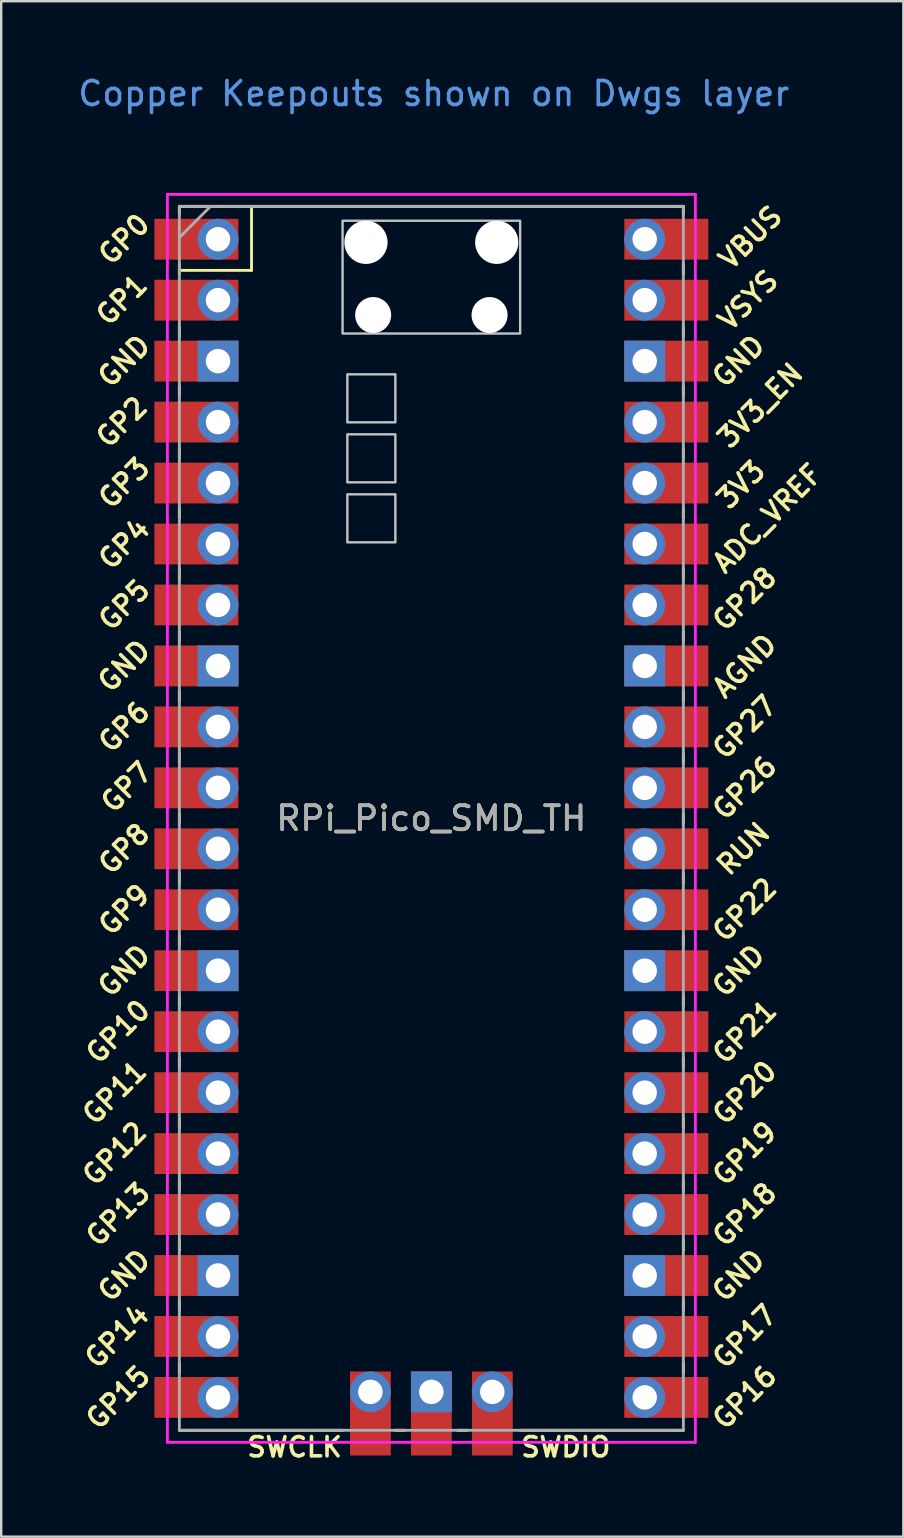
<source format=kicad_pcb>
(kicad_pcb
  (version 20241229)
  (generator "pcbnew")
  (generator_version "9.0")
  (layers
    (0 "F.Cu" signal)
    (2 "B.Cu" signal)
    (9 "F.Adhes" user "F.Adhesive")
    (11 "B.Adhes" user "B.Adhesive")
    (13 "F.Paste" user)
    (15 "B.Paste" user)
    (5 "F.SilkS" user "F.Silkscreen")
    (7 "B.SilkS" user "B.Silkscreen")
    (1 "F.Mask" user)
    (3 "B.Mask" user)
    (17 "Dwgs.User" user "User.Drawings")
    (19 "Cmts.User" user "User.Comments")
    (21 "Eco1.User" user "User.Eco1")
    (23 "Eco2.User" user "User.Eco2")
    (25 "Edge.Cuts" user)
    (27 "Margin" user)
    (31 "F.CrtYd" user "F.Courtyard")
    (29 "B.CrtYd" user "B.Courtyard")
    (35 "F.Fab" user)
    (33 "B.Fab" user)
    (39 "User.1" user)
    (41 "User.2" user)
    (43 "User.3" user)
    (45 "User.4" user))
  (footprint "RPi_Pico_SMD_TH"
    (layer "F.Cu")
    (at 14.924 31.048)
    (property "Reference" "RPi_Pico_SMD_TH" (at 0 0 180) (layer "F.SilkS") (effects (font (size 1 1) (thickness 0.15))))
    (attr through_hole)
    (fp_line (start -10.5 -25.5) (end -10.5 -25.2) (stroke (width 0.12) (type solid)) (layer "F.SilkS"))
    (fp_line (start -10.5 -25.5) (end 10.5 -25.5) (stroke (width 0.12) (type solid)) (layer "F.SilkS"))
    (fp_line (start -10.5 -23.1) (end -10.5 -22.7) (stroke (width 0.12) (type solid)) (layer "F.SilkS"))
    (fp_line (start -10.5 -22.833) (end -7.493 -22.833) (stroke (width 0.12) (type solid)) (layer "F.SilkS"))
    (fp_line (start -10.5 -20.5) (end -10.5 -20.1) (stroke (width 0.12) (type solid)) (layer "F.SilkS"))
    (fp_line (start -10.5 -18) (end -10.5 -17.6) (stroke (width 0.12) (type solid)) (layer "F.SilkS"))
    (fp_line (start -10.5 -15.4) (end -10.5 -15) (stroke (width 0.12) (type solid)) (layer "F.SilkS"))
    (fp_line (start -10.5 -12.9) (end -10.5 -12.5) (stroke (width 0.12) (type solid)) (layer "F.SilkS"))
    (fp_line (start -10.5 -10.4) (end -10.5 -10) (stroke (width 0.12) (type solid)) (layer "F.SilkS"))
    (fp_line (start -10.5 -7.8) (end -10.5 -7.4) (stroke (width 0.12) (type solid)) (layer "F.SilkS"))
    (fp_line (start -10.5 -5.3) (end -10.5 -4.9) (stroke (width 0.12) (type solid)) (layer "F.SilkS"))
    (fp_line (start -10.5 -2.7) (end -10.5 -2.3) (stroke (width 0.12) (type solid)) (layer "F.SilkS"))
    (fp_line (start -10.5 -0.2) (end -10.5 0.2) (stroke (width 0.12) (type solid)) (layer "F.SilkS"))
    (fp_line (start -10.5 2.3) (end -10.5 2.7) (stroke (width 0.12) (type solid)) (layer "F.SilkS"))
    (fp_line (start -10.5 4.9) (end -10.5 5.3) (stroke (width 0.12) (type solid)) (layer "F.SilkS"))
    (fp_line (start -10.5 7.4) (end -10.5 7.8) (stroke (width 0.12) (type solid)) (layer "F.SilkS"))
    (fp_line (start -10.5 10) (end -10.5 10.4) (stroke (width 0.12) (type solid)) (layer "F.SilkS"))
    (fp_line (start -10.5 12.5) (end -10.5 12.9) (stroke (width 0.12) (type solid)) (layer "F.SilkS"))
    (fp_line (start -10.5 15.1) (end -10.5 15.5) (stroke (width 0.12) (type solid)) (layer "F.SilkS"))
    (fp_line (start -10.5 17.6) (end -10.5 18) (stroke (width 0.12) (type solid)) (layer "F.SilkS"))
    (fp_line (start -10.5 20.1) (end -10.5 20.5) (stroke (width 0.12) (type solid)) (layer "F.SilkS"))
    (fp_line (start -10.5 22.7) (end -10.5 23.1) (stroke (width 0.12) (type solid)) (layer "F.SilkS"))
    (fp_line (start -7.493 -22.833) (end -7.493 -25.5) (stroke (width 0.12) (type solid)) (layer "F.SilkS"))
    (fp_line (start -3.7 25.5) (end -10.5 25.5) (stroke (width 0.12) (type solid)) (layer "F.SilkS"))
    (fp_line (start -1.5 25.5) (end -1.1 25.5) (stroke (width 0.12) (type solid)) (layer "F.SilkS"))
    (fp_line (start 1.1 25.5) (end 1.5 25.5) (stroke (width 0.12) (type solid)) (layer "F.SilkS"))
    (fp_line (start 10.5 -25.5) (end 10.5 -25.2) (stroke (width 0.12) (type solid)) (layer "F.SilkS"))
    (fp_line (start 10.5 -23.1) (end 10.5 -22.7) (stroke (width 0.12) (type solid)) (layer "F.SilkS"))
    (fp_line (start 10.5 -20.5) (end 10.5 -20.1) (stroke (width 0.12) (type solid)) (layer "F.SilkS"))
    (fp_line (start 10.5 -18) (end 10.5 -17.6) (stroke (width 0.12) (type solid)) (layer "F.SilkS"))
    (fp_line (start 10.5 -15.4) (end 10.5 -15) (stroke (width 0.12) (type solid)) (layer "F.SilkS"))
    (fp_line (start 10.5 -12.9) (end 10.5 -12.5) (stroke (width 0.12) (type solid)) (layer "F.SilkS"))
    (fp_line (start 10.5 -10.4) (end 10.5 -10) (stroke (width 0.12) (type solid)) (layer "F.SilkS"))
    (fp_line (start 10.5 -7.8) (end 10.5 -7.4) (stroke (width 0.12) (type solid)) (layer "F.SilkS"))
    (fp_line (start 10.5 -5.3) (end 10.5 -4.9) (stroke (width 0.12) (type solid)) (layer "F.SilkS"))
    (fp_line (start 10.5 -2.7) (end 10.5 -2.3) (stroke (width 0.12) (type solid)) (layer "F.SilkS"))
    (fp_line (start 10.5 -0.2) (end 10.5 0.2) (stroke (width 0.12) (type solid)) (layer "F.SilkS"))
    (fp_line (start 10.5 2.3) (end 10.5 2.7) (stroke (width 0.12) (type solid)) (layer "F.SilkS"))
    (fp_line (start 10.5 4.9) (end 10.5 5.3) (stroke (width 0.12) (type solid)) (layer "F.SilkS"))
    (fp_line (start 10.5 7.4) (end 10.5 7.8) (stroke (width 0.12) (type solid)) (layer "F.SilkS"))
    (fp_line (start 10.5 10) (end 10.5 10.4) (stroke (width 0.12) (type solid)) (layer "F.SilkS"))
    (fp_line (start 10.5 12.5) (end 10.5 12.9) (stroke (width 0.12) (type solid)) (layer "F.SilkS"))
    (fp_line (start 10.5 15.1) (end 10.5 15.5) (stroke (width 0.12) (type solid)) (layer "F.SilkS"))
    (fp_line (start 10.5 17.6) (end 10.5 18) (stroke (width 0.12) (type solid)) (layer "F.SilkS"))
    (fp_line (start 10.5 20.1) (end 10.5 20.5) (stroke (width 0.12) (type solid)) (layer "F.SilkS"))
    (fp_line (start 10.5 22.7) (end 10.5 23.1) (stroke (width 0.12) (type solid)) (layer "F.SilkS"))
    (fp_line (start 10.5 25.5) (end 3.7 25.5) (stroke (width 0.12) (type solid)) (layer "F.SilkS"))
    (fp_poly (pts (xy -1.5 -16.5) (xy -3.5 -16.5) (xy -3.5 -18.5) (xy -1.5 -18.5)) (stroke (width 0.1) (type solid)) (fill no) (layer "Dwgs.User"))
    (fp_poly (pts (xy -1.5 -14) (xy -3.5 -14) (xy -3.5 -16) (xy -1.5 -16)) (stroke (width 0.1) (type solid)) (fill no) (layer "Dwgs.User"))
    (fp_poly (pts (xy -1.5 -11.5) (xy -3.5 -11.5) (xy -3.5 -13.5) (xy -1.5 -13.5)) (stroke (width 0.1) (type solid)) (fill no) (layer "Dwgs.User"))
    (fp_poly (pts (xy 3.7 -20.2) (xy -3.7 -20.2) (xy -3.7 -24.9) (xy 3.7 -24.9)) (stroke (width 0.1) (type solid)) (fill no) (layer "Dwgs.User"))
    (fp_line (start -11 -26) (end 11 -26) (stroke (width 0.12) (type solid)) (layer "F.CrtYd"))
    (fp_line (start -11 26) (end -11 -26) (stroke (width 0.12) (type solid)) (layer "F.CrtYd"))
    (fp_line (start 11 -26) (end 11 26) (stroke (width 0.12) (type solid)) (layer "F.CrtYd"))
    (fp_line (start 11 26) (end -11 26) (stroke (width 0.12) (type solid)) (layer "F.CrtYd"))
    (fp_line (start -10.5 -25.5) (end 10.5 -25.5) (stroke (width 0.12) (type solid)) (layer "F.Fab"))
    (fp_line (start -10.5 -24.2) (end -9.2 -25.5) (stroke (width 0.12) (type solid)) (layer "F.Fab"))
    (fp_line (start -10.5 25.5) (end -10.5 -25.5) (stroke (width 0.12) (type solid)) (layer "F.Fab"))
    (fp_line (start 10.5 -25.5) (end 10.5 25.5) (stroke (width 0.12) (type solid)) (layer "F.Fab"))
    (fp_line (start 10.5 25.5) (end -10.5 25.5) (stroke (width 0.12) (type solid)) (layer "F.Fab"))
    (fp_text user "GND" (at -12.8 -19.05 225) (layer "F.SilkS") (effects (font (size 0.8 0.8) (thickness 0.15))))
    (fp_text user "GND" (at 12.8 19.05 225) (layer "F.SilkS") (effects (font (size 0.8 0.8) (thickness 0.15))))
    (fp_text user "GP16" (at 13.054 24.13 225) (layer "F.SilkS") (effects (font (size 0.8 0.8) (thickness 0.15))))
    (fp_text user "GP1" (at -12.9 -21.6 225) (layer "F.SilkS") (effects (font (size 0.8 0.8) (thickness 0.15))))
    (fp_text user "3V3" (at 12.9 -13.9 225) (layer "F.SilkS") (effects (font (size 0.8 0.8) (thickness 0.15))))
    (fp_text user "GP22" (at 13.054 3.81 225) (layer "F.SilkS") (effects (font (size 0.8 0.8) (thickness 0.15))))
    (fp_text user "3V3_EN" (at 13.7 -17.2 225) (layer "F.SilkS") (effects (font (size 0.8 0.8) (thickness 0.15))))
    (fp_text user "GP3" (at -12.8 -13.97 225) (layer "F.SilkS") (effects (font (size 0.8 0.8) (thickness 0.15))))
    (fp_text user "GP20" (at 13.054 11.43 225) (layer "F.SilkS") (effects (font (size 0.8 0.8) (thickness 0.15))))
    (fp_text user "GP14" (at -13.1 21.59 225) (layer "F.SilkS") (effects (font (size 0.8 0.8) (thickness 0.15))))
    (fp_text user "GP28" (at 13.054 -9.144 225) (layer "F.SilkS") (effects (font (size 0.8 0.8) (thickness 0.15))))
    (fp_text user "GP17" (at 13.054 21.59 225) (layer "F.SilkS") (effects (font (size 0.8 0.8) (thickness 0.15))))
    (fp_text user "GP0" (at -12.8 -24.13 225) (layer "F.SilkS") (effects (font (size 0.8 0.8) (thickness 0.15))))
    (fp_text user "GP2" (at -12.9 -16.51 225) (layer "F.SilkS") (effects (font (size 0.8 0.8) (thickness 0.15))))
    (fp_text user "GP21" (at 13.054 8.9 225) (layer "F.SilkS") (effects (font (size 0.8 0.8) (thickness 0.15))))
    (fp_text user "GP6" (at -12.8 -3.81 225) (layer "F.SilkS") (effects (font (size 0.8 0.8) (thickness 0.15))))
    (fp_text user "SWDIO" (at 5.6 26.2 180) (layer "F.SilkS") (effects (font (size 0.8 0.8) (thickness 0.15))))
    (fp_text user "RUN" (at 13 1.27 225) (layer "F.SilkS") (effects (font (size 0.8 0.8) (thickness 0.15))))
    (fp_text user "GP5" (at -12.8 -8.89 225) (layer "F.SilkS") (effects (font (size 0.8 0.8) (thickness 0.15))))
    (fp_text user "ADC_VREF" (at 14 -12.5 225) (layer "F.SilkS") (effects (font (size 0.8 0.8) (thickness 0.15))))
    (fp_text user "VBUS" (at 13.3 -24.2 225) (layer "F.SilkS") (effects (font (size 0.8 0.8) (thickness 0.15))))
    (fp_text user "GP18" (at 13.054 16.51 225) (layer "F.SilkS") (effects (font (size 0.8 0.8) (thickness 0.15))))
    (fp_text user "GP26" (at 13.054 -1.27 225) (layer "F.SilkS") (effects (font (size 0.8 0.8) (thickness 0.15))))
    (fp_text user "GP4" (at -12.8 -11.43 225) (layer "F.SilkS") (effects (font (size 0.8 0.8) (thickness 0.15))))
    (fp_text user "GP10" (at -13.054 8.89 225) (layer "F.SilkS") (effects (font (size 0.8 0.8) (thickness 0.15))))
    (fp_text user "GP13" (at -13.054 16.51 225) (layer "F.SilkS") (effects (font (size 0.8 0.8) (thickness 0.15))))
    (fp_text user "GP11" (at -13.2 11.43 225) (layer "F.SilkS") (effects (font (size 0.8 0.8) (thickness 0.15))))
    (fp_text user "GND" (at 12.8 -19.05 225) (layer "F.SilkS") (effects (font (size 0.8 0.8) (thickness 0.15))))
    (fp_text user "GP27" (at 13.054 -3.8 225) (layer "F.SilkS") (effects (font (size 0.8 0.8) (thickness 0.15))))
    (fp_text user "GND" (at -12.8 6.35 225) (layer "F.SilkS") (effects (font (size 0.8 0.8) (thickness 0.15))))
    (fp_text user "GND" (at 12.8 6.35 225) (layer "F.SilkS") (effects (font (size 0.8 0.8) (thickness 0.15))))
    (fp_text user "GND" (at -12.8 -6.35 225) (layer "F.SilkS") (effects (font (size 0.8 0.8) (thickness 0.15))))
    (fp_text user "VSYS" (at 13.2 -21.59 225) (layer "F.SilkS") (effects (font (size 0.8 0.8) (thickness 0.15))))
    (fp_text user "GND" (at -12.8 19.05 225) (layer "F.SilkS") (effects (font (size 0.8 0.8) (thickness 0.15))))
    (fp_text user "GP19" (at 13.054 13.97 225) (layer "F.SilkS") (effects (font (size 0.8 0.8) (thickness 0.15))))
    (fp_text user "GP7" (at -12.7 -1.3 225) (layer "F.SilkS") (effects (font (size 0.8 0.8) (thickness 0.15))))
    (fp_text user "SWCLK" (at -5.7 26.2 180) (layer "F.SilkS") (effects (font (size 0.8 0.8) (thickness 0.15))))
    (fp_text user "GP12" (at -13.2 13.97 225) (layer "F.SilkS") (effects (font (size 0.8 0.8) (thickness 0.15))))
    (fp_text user "AGND" (at 13.054 -6.35 225) (layer "F.SilkS") (effects (font (size 0.8 0.8) (thickness 0.15))))
    (fp_text user "GP9" (at -12.8 3.81 225) (layer "F.SilkS") (effects (font (size 0.8 0.8) (thickness 0.15))))
    (fp_text user "GP15" (at -13.054 24.13 225) (layer "F.SilkS") (effects (font (size 0.8 0.8) (thickness 0.15))))
    (fp_text user "GP8" (at -12.8 1.27 225) (layer "F.SilkS") (effects (font (size 0.8 0.8) (thickness 0.15))))
    (fp_text user "Copper Keepouts shown on Dwgs layer" (at 0.1 -30.2 180) (layer "Cmts.User") (effects (font (size 1 1) (thickness 0.15))))
    (fp_text user "${REFERENCE}" (at 0 0 180) (layer "F.Fab") (effects (font (size 1 1) (thickness 0.15))))
    (pad "" np_thru_hole oval (at -2.725 -24) (size 1.8 1.8) (drill 1.8) (layers "*.Cu" "*.Mask"))
    (pad "" np_thru_hole oval (at -2.425 -20.97) (size 1.5 1.5) (drill 1.5) (layers "*.Cu" "*.Mask"))
    (pad "" np_thru_hole oval (at 2.425 -20.97) (size 1.5 1.5) (drill 1.5) (layers "*.Cu" "*.Mask"))
    (pad "" np_thru_hole oval (at 2.725 -24) (size 1.8 1.8) (drill 1.8) (layers "*.Cu" "*.Mask"))
    (pad "1" thru_hole oval (at -8.89 -24.13) (size 1.7 1.7) (drill 1.02) (layers "*.Cu" "*.Mask"))
    (pad "1" smd rect (at -8.89 -24.13) (size 3.5 1.7) (drill (offset -0.9 0)) (layers "F.Cu" "F.Mask"))
    (pad "2" thru_hole oval (at -8.89 -21.59) (size 1.7 1.7) (drill 1.02) (layers "*.Cu" "*.Mask"))
    (pad "2" smd rect (at -8.89 -21.59) (size 3.5 1.7) (drill (offset -0.9 0)) (layers "F.Cu" "F.Mask"))
    (pad "3" thru_hole rect (at -8.89 -19.05) (size 1.7 1.7) (drill 1.02) (layers "*.Cu" "*.Mask"))
    (pad "3" smd rect (at -8.89 -19.05) (size 3.5 1.7) (drill (offset -0.9 0)) (layers "F.Cu" "F.Mask"))
    (pad "4" thru_hole oval (at -8.89 -16.51) (size 1.7 1.7) (drill 1.02) (layers "*.Cu" "*.Mask"))
    (pad "4" smd rect (at -8.89 -16.51) (size 3.5 1.7) (drill (offset -0.9 0)) (layers "F.Cu" "F.Mask"))
    (pad "5" thru_hole oval (at -8.89 -13.97) (size 1.7 1.7) (drill 1.02) (layers "*.Cu" "*.Mask"))
    (pad "5" smd rect (at -8.89 -13.97) (size 3.5 1.7) (drill (offset -0.9 0)) (layers "F.Cu" "F.Mask"))
    (pad "6" thru_hole oval (at -8.89 -11.43) (size 1.7 1.7) (drill 1.02) (layers "*.Cu" "*.Mask"))
    (pad "6" smd rect (at -8.89 -11.43) (size 3.5 1.7) (drill (offset -0.9 0)) (layers "F.Cu" "F.Mask"))
    (pad "7" thru_hole oval (at -8.89 -8.89) (size 1.7 1.7) (drill 1.02) (layers "*.Cu" "*.Mask"))
    (pad "7" smd rect (at -8.89 -8.89) (size 3.5 1.7) (drill (offset -0.9 0)) (layers "F.Cu" "F.Mask"))
    (pad "8" thru_hole rect (at -8.89 -6.35) (size 1.7 1.7) (drill 1.02) (layers "*.Cu" "*.Mask"))
    (pad "8" smd rect (at -8.89 -6.35) (size 3.5 1.7) (drill (offset -0.9 0)) (layers "F.Cu" "F.Mask"))
    (pad "9" thru_hole oval (at -8.89 -3.81) (size 1.7 1.7) (drill 1.02) (layers "*.Cu" "*.Mask"))
    (pad "9" smd rect (at -8.89 -3.81) (size 3.5 1.7) (drill (offset -0.9 0)) (layers "F.Cu" "F.Mask"))
    (pad "10" thru_hole oval (at -8.89 -1.27) (size 1.7 1.7) (drill 1.02) (layers "*.Cu" "*.Mask"))
    (pad "10" smd rect (at -8.89 -1.27) (size 3.5 1.7) (drill (offset -0.9 0)) (layers "F.Cu" "F.Mask"))
    (pad "11" thru_hole oval (at -8.89 1.27) (size 1.7 1.7) (drill 1.02) (layers "*.Cu" "*.Mask"))
    (pad "11" smd rect (at -8.89 1.27) (size 3.5 1.7) (drill (offset -0.9 0)) (layers "F.Cu" "F.Mask"))
    (pad "12" thru_hole oval (at -8.89 3.81) (size 1.7 1.7) (drill 1.02) (layers "*.Cu" "*.Mask"))
    (pad "12" smd rect (at -8.89 3.81) (size 3.5 1.7) (drill (offset -0.9 0)) (layers "F.Cu" "F.Mask"))
    (pad "13" thru_hole rect (at -8.89 6.35) (size 1.7 1.7) (drill 1.02) (layers "*.Cu" "*.Mask"))
    (pad "13" smd rect (at -8.89 6.35) (size 3.5 1.7) (drill (offset -0.9 0)) (layers "F.Cu" "F.Mask"))
    (pad "14" thru_hole oval (at -8.89 8.89) (size 1.7 1.7) (drill 1.02) (layers "*.Cu" "*.Mask"))
    (pad "14" smd rect (at -8.89 8.89) (size 3.5 1.7) (drill (offset -0.9 0)) (layers "F.Cu" "F.Mask"))
    (pad "15" thru_hole oval (at -8.89 11.43) (size 1.7 1.7) (drill 1.02) (layers "*.Cu" "*.Mask"))
    (pad "15" smd rect (at -8.89 11.43) (size 3.5 1.7) (drill (offset -0.9 0)) (layers "F.Cu" "F.Mask"))
    (pad "16" thru_hole oval (at -8.89 13.97) (size 1.7 1.7) (drill 1.02) (layers "*.Cu" "*.Mask"))
    (pad "16" smd rect (at -8.89 13.97) (size 3.5 1.7) (drill (offset -0.9 0)) (layers "F.Cu" "F.Mask"))
    (pad "17" thru_hole oval (at -8.89 16.51) (size 1.7 1.7) (drill 1.02) (layers "*.Cu" "*.Mask"))
    (pad "17" smd rect (at -8.89 16.51) (size 3.5 1.7) (drill (offset -0.9 0)) (layers "F.Cu" "F.Mask"))
    (pad "18" thru_hole rect (at -8.89 19.05) (size 1.7 1.7) (drill 1.02) (layers "*.Cu" "*.Mask"))
    (pad "18" smd rect (at -8.89 19.05) (size 3.5 1.7) (drill (offset -0.9 0)) (layers "F.Cu" "F.Mask"))
    (pad "19" thru_hole oval (at -8.89 21.59) (size 1.7 1.7) (drill 1.02) (layers "*.Cu" "*.Mask"))
    (pad "19" smd rect (at -8.89 21.59) (size 3.5 1.7) (drill (offset -0.9 0)) (layers "F.Cu" "F.Mask"))
    (pad "20" thru_hole oval (at -8.89 24.13) (size 1.7 1.7) (drill 1.02) (layers "*.Cu" "*.Mask"))
    (pad "20" smd rect (at -8.89 24.13) (size 3.5 1.7) (drill (offset -0.9 0)) (layers "F.Cu" "F.Mask"))
    (pad "21" thru_hole oval (at 8.89 24.13) (size 1.7 1.7) (drill 1.02) (layers "*.Cu" "*.Mask"))
    (pad "21" smd rect (at 8.89 24.13) (size 3.5 1.7) (drill (offset 0.9 0)) (layers "F.Cu" "F.Mask"))
    (pad "22" thru_hole oval (at 8.89 21.59) (size 1.7 1.7) (drill 1.02) (layers "*.Cu" "*.Mask"))
    (pad "22" smd rect (at 8.89 21.59) (size 3.5 1.7) (drill (offset 0.9 0)) (layers "F.Cu" "F.Mask"))
    (pad "23" thru_hole rect (at 8.89 19.05) (size 1.7 1.7) (drill 1.02) (layers "*.Cu" "*.Mask"))
    (pad "23" smd rect (at 8.89 19.05) (size 3.5 1.7) (drill (offset 0.9 0)) (layers "F.Cu" "F.Mask"))
    (pad "24" thru_hole oval (at 8.89 16.51) (size 1.7 1.7) (drill 1.02) (layers "*.Cu" "*.Mask"))
    (pad "24" smd rect (at 8.89 16.51) (size 3.5 1.7) (drill (offset 0.9 0)) (layers "F.Cu" "F.Mask"))
    (pad "25" thru_hole oval (at 8.89 13.97) (size 1.7 1.7) (drill 1.02) (layers "*.Cu" "*.Mask"))
    (pad "25" smd rect (at 8.89 13.97) (size 3.5 1.7) (drill (offset 0.9 0)) (layers "F.Cu" "F.Mask"))
    (pad "26" thru_hole oval (at 8.89 11.43) (size 1.7 1.7) (drill 1.02) (layers "*.Cu" "*.Mask"))
    (pad "26" smd rect (at 8.89 11.43) (size 3.5 1.7) (drill (offset 0.9 0)) (layers "F.Cu" "F.Mask"))
    (pad "27" thru_hole oval (at 8.89 8.89) (size 1.7 1.7) (drill 1.02) (layers "*.Cu" "*.Mask"))
    (pad "27" smd rect (at 8.89 8.89) (size 3.5 1.7) (drill (offset 0.9 0)) (layers "F.Cu" "F.Mask"))
    (pad "28" thru_hole rect (at 8.89 6.35) (size 1.7 1.7) (drill 1.02) (layers "*.Cu" "*.Mask"))
    (pad "28" smd rect (at 8.89 6.35) (size 3.5 1.7) (drill (offset 0.9 0)) (layers "F.Cu" "F.Mask"))
    (pad "29" thru_hole oval (at 8.89 3.81) (size 1.7 1.7) (drill 1.02) (layers "*.Cu" "*.Mask"))
    (pad "29" smd rect (at 8.89 3.81) (size 3.5 1.7) (drill (offset 0.9 0)) (layers "F.Cu" "F.Mask"))
    (pad "30" thru_hole oval (at 8.89 1.27) (size 1.7 1.7) (drill 1.02) (layers "*.Cu" "*.Mask"))
    (pad "30" smd rect (at 8.89 1.27) (size 3.5 1.7) (drill (offset 0.9 0)) (layers "F.Cu" "F.Mask"))
    (pad "31" thru_hole oval (at 8.89 -1.27) (size 1.7 1.7) (drill 1.02) (layers "*.Cu" "*.Mask"))
    (pad "31" smd rect (at 8.89 -1.27) (size 3.5 1.7) (drill (offset 0.9 0)) (layers "F.Cu" "F.Mask"))
    (pad "32" thru_hole oval (at 8.89 -3.81) (size 1.7 1.7) (drill 1.02) (layers "*.Cu" "*.Mask"))
    (pad "32" smd rect (at 8.89 -3.81) (size 3.5 1.7) (drill (offset 0.9 0)) (layers "F.Cu" "F.Mask"))
    (pad "33" thru_hole rect (at 8.89 -6.35) (size 1.7 1.7) (drill 1.02) (layers "*.Cu" "*.Mask"))
    (pad "33" smd rect (at 8.89 -6.35) (size 3.5 1.7) (drill (offset 0.9 0)) (layers "F.Cu" "F.Mask"))
    (pad "34" thru_hole oval (at 8.89 -8.89) (size 1.7 1.7) (drill 1.02) (layers "*.Cu" "*.Mask"))
    (pad "34" smd rect (at 8.89 -8.89) (size 3.5 1.7) (drill (offset 0.9 0)) (layers "F.Cu" "F.Mask"))
    (pad "35" thru_hole oval (at 8.89 -11.43) (size 1.7 1.7) (drill 1.02) (layers "*.Cu" "*.Mask"))
    (pad "35" smd rect (at 8.89 -11.43) (size 3.5 1.7) (drill (offset 0.9 0)) (layers "F.Cu" "F.Mask"))
    (pad "36" thru_hole oval (at 8.89 -13.97) (size 1.7 1.7) (drill 1.02) (layers "*.Cu" "*.Mask"))
    (pad "36" smd rect (at 8.89 -13.97) (size 3.5 1.7) (drill (offset 0.9 0)) (layers "F.Cu" "F.Mask"))
    (pad "37" thru_hole oval (at 8.89 -16.51) (size 1.7 1.7) (drill 1.02) (layers "*.Cu" "*.Mask"))
    (pad "37" smd rect (at 8.89 -16.51) (size 3.5 1.7) (drill (offset 0.9 0)) (layers "F.Cu" "F.Mask"))
    (pad "38" thru_hole rect (at 8.89 -19.05) (size 1.7 1.7) (drill 1.02) (layers "*.Cu" "*.Mask"))
    (pad "38" smd rect (at 8.89 -19.05) (size 3.5 1.7) (drill (offset 0.9 0)) (layers "F.Cu" "F.Mask"))
    (pad "39" thru_hole oval (at 8.89 -21.59) (size 1.7 1.7) (drill 1.02) (layers "*.Cu" "*.Mask"))
    (pad "39" smd rect (at 8.89 -21.59) (size 3.5 1.7) (drill (offset 0.9 0)) (layers "F.Cu" "F.Mask"))
    (pad "40" thru_hole oval (at 8.89 -24.13) (size 1.7 1.7) (drill 1.02) (layers "*.Cu" "*.Mask"))
    (pad "40" smd rect (at 8.89 -24.13) (size 3.5 1.7) (drill (offset 0.9 0)) (layers "F.Cu" "F.Mask"))
    (pad "41" thru_hole oval (at -2.54 23.9) (size 1.7 1.7) (drill 1.02) (layers "*.Cu" "*.Mask"))
    (pad "41" smd rect (at -2.54 23.9 90) (size 3.5 1.7) (drill (offset -0.9 0)) (layers "F.Cu" "F.Mask"))
    (pad "42" thru_hole rect (at 0 23.9) (size 1.7 1.7) (drill 1.02) (layers "*.Cu" "*.Mask"))
    (pad "42" smd rect (at 0 23.9 90) (size 3.5 1.7) (drill (offset -0.9 0)) (layers "F.Cu" "F.Mask"))
    (pad "43" thru_hole oval (at 2.54 23.9) (size 1.7 1.7) (drill 1.02) (layers "*.Cu" "*.Mask"))
    (pad "43" smd rect (at 2.54 23.9 90) (size 3.5 1.7) (drill (offset -0.9 0)) (layers "F.Cu" "F.Mask")))
  (gr_rect
    (start -3 -3)
    (end 34.591 60.98)
    (stroke (width 0.1) (type default))
    (fill no)
    (layer "Edge.Cuts")))
</source>
